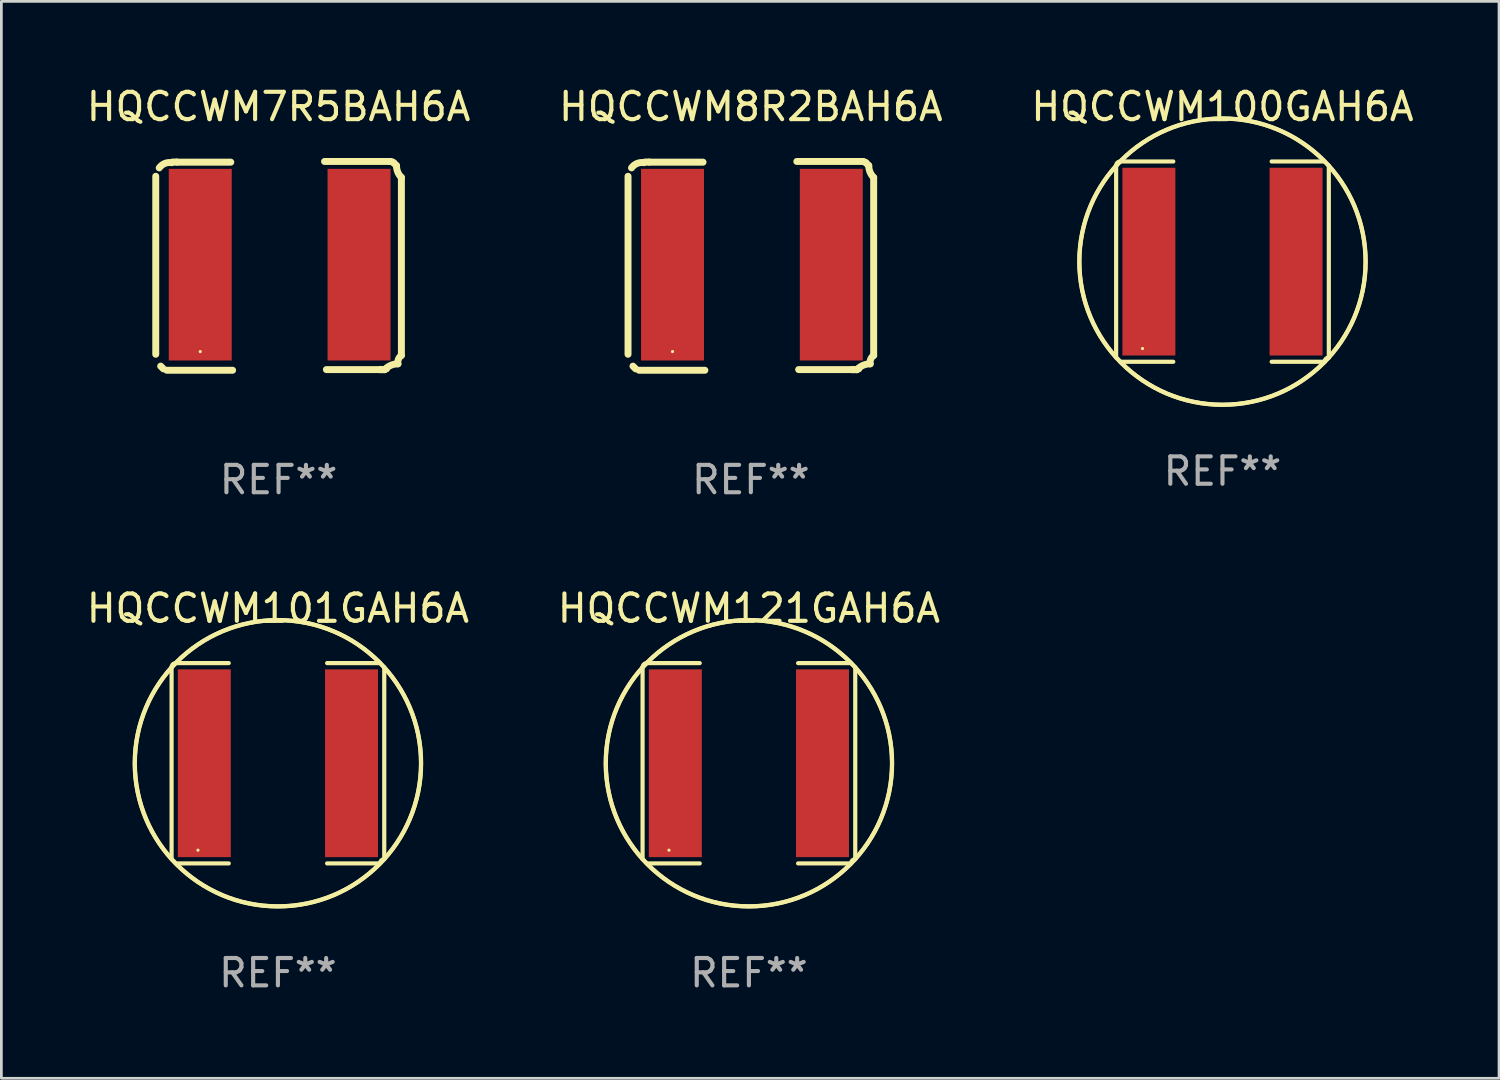
<source format=kicad_pcb>
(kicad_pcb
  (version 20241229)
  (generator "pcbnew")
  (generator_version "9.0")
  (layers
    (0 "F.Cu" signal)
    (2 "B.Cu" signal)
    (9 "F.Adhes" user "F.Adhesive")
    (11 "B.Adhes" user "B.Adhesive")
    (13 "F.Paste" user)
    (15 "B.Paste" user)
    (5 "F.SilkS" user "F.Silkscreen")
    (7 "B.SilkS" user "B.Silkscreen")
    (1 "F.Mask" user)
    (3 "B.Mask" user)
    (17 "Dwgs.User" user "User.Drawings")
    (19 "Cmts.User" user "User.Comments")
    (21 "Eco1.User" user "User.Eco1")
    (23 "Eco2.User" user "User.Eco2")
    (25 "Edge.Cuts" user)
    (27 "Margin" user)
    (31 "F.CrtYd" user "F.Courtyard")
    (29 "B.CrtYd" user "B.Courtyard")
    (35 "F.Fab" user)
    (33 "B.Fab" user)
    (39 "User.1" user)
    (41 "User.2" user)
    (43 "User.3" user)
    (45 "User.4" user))
  (footprint "HQCCWM121GAH6A"
    (layer "F.Cu")
    (at 24.304 24.828)
    (property "Reference" "HQCCWM121GAH6A" (at 0 -5.658 0) (layer "F.SilkS") (effects (font (size 1 1) (thickness 0.15))))
    (attr through_hole)
    (fp_line (start -3.884 -3.505) (end -3.884 3.505) (stroke (width 0.152) (type solid)) (layer "F.SilkS"))
    (fp_line (start -3.731 3.658) (end -1.796 3.658) (stroke (width 0.152) (type solid)) (layer "F.SilkS"))
    (fp_line (start -1.796 -3.658) (end -3.731 -3.658) (stroke (width 0.152) (type solid)) (layer "F.SilkS"))
    (fp_line (start 1.796 -3.658) (end 3.731 -3.658) (stroke (width 0.152) (type solid)) (layer "F.SilkS"))
    (fp_line (start 3.731 3.658) (end 1.796 3.658) (stroke (width 0.152) (type solid)) (layer "F.SilkS"))
    (fp_line (start 3.884 -3.505) (end 3.884 3.505) (stroke (width 0.152) (type solid)) (layer "F.SilkS"))
    (fp_arc (start -3.8836 -3.505199) (mid -3.838963 -3.612963) (end -3.731199 -3.6576) (stroke (width 0.1524) (type solid)) (layer "F.SilkS"))
    (fp_arc (start -3.883599 3.505199) (mid 3.883577 -3.505177) (end -3.883599 3.505199) (stroke (width 0.1524) (type solid)) (layer "F.SilkS"))
    (fp_arc (start 3.731198 3.6576) (mid 3.775835 3.549836) (end 3.883599 3.505199) (stroke (width 0.1524) (type solid)) (layer "F.SilkS"))
    (fp_arc (start 3.731199 -3.6576) (mid -3.731221 3.657622) (end 3.731199 -3.6576) (stroke (width 0.1524) (type solid)) (layer "F.SilkS"))
    (fp_circle (center -2.92 3.175) (end -2.89 3.175) (stroke (width 0.06) (type solid)) (fill no) (layer "F.SilkS"))
    (fp_text user "REF**" (at 0 7.658 0) (layer "F.Fab") (effects (font (size 1 1) (thickness 0.15))))
    (pad "1" smd rect (at -2.688 0) (size 1.935 6.858) (layers "F.Cu" "F.Mask" "F.Paste"))
    (pad "2" smd rect (at 2.688 0) (size 1.935 6.858) (layers "F.Cu" "F.Mask" "F.Paste")))
  (footprint "HQCCWM7R5BAH6A"
    (layer "F.Cu")
    (at 7.125 6.661)
    (property "Reference" "HQCCWM7R5BAH6A" (at 0 -5.813 0) (layer "F.SilkS") (effects (font (size 1 1) (thickness 0.15))))
    (attr through_hole)
    (fp_line (start -4.486 -3.272) (end -4.486 3.229) (stroke (width 0.254) (type solid)) (layer "F.SilkS"))
    (fp_line (start -4.306 3.662) (end -4.207 3.762) (stroke (width 0.254) (type solid)) (layer "F.SilkS"))
    (fp_line (start -4.084 3.813) (end -1.679 3.813) (stroke (width 0.254) (type solid)) (layer "F.SilkS"))
    (fp_line (start -3.867 -3.793) (end -3.71 -3.793) (stroke (width 0.254) (type solid)) (layer "F.SilkS"))
    (fp_line (start -3.722 -3.788) (end -1.746 -3.788) (stroke (width 0.254) (type solid)) (layer "F.SilkS"))
    (fp_line (start 3.722 3.788) (end 1.746 3.788) (stroke (width 0.254) (type solid)) (layer "F.SilkS"))
    (fp_line (start 3.867 3.793) (end 3.71 3.793) (stroke (width 0.254) (type solid)) (layer "F.SilkS"))
    (fp_line (start 4.084 -3.813) (end 1.679 -3.813) (stroke (width 0.254) (type solid)) (layer "F.SilkS"))
    (fp_line (start 4.306 -3.662) (end 4.207 -3.762) (stroke (width 0.254) (type solid)) (layer "F.SilkS"))
    (fp_line (start 4.486 3.272) (end 4.486 -3.229) (stroke (width 0.254) (type solid)) (layer "F.SilkS"))
    (fp_arc (start -4.358992 -3.578563) (mid -4.156557 -3.740265) (end -3.899073 -3.769063) (stroke (width 0.254001) (type solid)) (layer "F.SilkS"))
    (fp_arc (start 3.721856 3.787782) (mid 3.728978 3.782092) (end 3.738037 3.781077) (stroke (width 0.254001) (type solid)) (layer "F.SilkS"))
    (fp_arc (start 3.867373 3.792659) (mid 3.900142 3.766484) (end 3.941821 3.761824) (stroke (width 0.254001) (type solid)) (layer "F.SilkS"))
    (fp_arc (start 3.899073 3.769063) (mid 4.110086 3.628071) (end 4.358992 3.578563) (stroke (width 0.254001) (type solid)) (layer "F.SilkS"))
    (fp_arc (start 4.08396 -3.812852) (mid 4.150327 -3.799647) (end 4.206591 -3.762052) (stroke (width 0.254001) (type solid)) (layer "F.SilkS"))
    (fp_arc (start 4.358992 3.578562) (mid 4.378192 3.406911) (end 4.485992 3.271959) (stroke (width 0.254001) (type solid)) (layer "F.SilkS"))
    (fp_arc (start 4.485992 -3.228651) (mid 4.353065 -3.42759) (end 4.306388 -3.662255) (stroke (width 0.254001) (type solid)) (layer "F.SilkS"))
    (fp_circle (center -2.861 3.131) (end -2.831 3.131) (stroke (width 0.06) (type solid)) (fill no) (layer "F.SilkS"))
    (fp_text user "REF**" (at 0 7.813 0) (layer "F.Fab") (effects (font (size 1 1) (thickness 0.15))))
    (pad "1" smd rect (at -2.861 -0.044) (size 2.3 7) (layers "F.Cu" "F.Mask" "F.Paste"))
    (pad "2" smd rect (at 2.939 -0.044) (size 2.3 7) (layers "F.Cu" "F.Mask" "F.Paste")))
  (footprint "HQCCWM101GAH6A"
    (layer "F.Cu")
    (at 7.101 24.828)
    (property "Reference" "HQCCWM101GAH6A" (at 0 -5.658 0) (layer "F.SilkS") (effects (font (size 1 1) (thickness 0.15))))
    (attr through_hole)
    (fp_line (start -3.884 -3.505) (end -3.884 3.505) (stroke (width 0.152) (type solid)) (layer "F.SilkS"))
    (fp_line (start -3.731 3.658) (end -1.796 3.658) (stroke (width 0.152) (type solid)) (layer "F.SilkS"))
    (fp_line (start -1.796 -3.658) (end -3.731 -3.658) (stroke (width 0.152) (type solid)) (layer "F.SilkS"))
    (fp_line (start 1.796 -3.658) (end 3.731 -3.658) (stroke (width 0.152) (type solid)) (layer "F.SilkS"))
    (fp_line (start 3.731 3.658) (end 1.796 3.658) (stroke (width 0.152) (type solid)) (layer "F.SilkS"))
    (fp_line (start 3.884 -3.505) (end 3.884 3.505) (stroke (width 0.152) (type solid)) (layer "F.SilkS"))
    (fp_arc (start -3.8836 -3.505199) (mid -3.838963 -3.612963) (end -3.731199 -3.6576) (stroke (width 0.1524) (type solid)) (layer "F.SilkS"))
    (fp_arc (start -3.883599 3.505199) (mid 3.883577 -3.505177) (end -3.883599 3.505199) (stroke (width 0.1524) (type solid)) (layer "F.SilkS"))
    (fp_arc (start 3.731198 3.6576) (mid 3.775835 3.549836) (end 3.883599 3.505199) (stroke (width 0.1524) (type solid)) (layer "F.SilkS"))
    (fp_arc (start 3.731199 -3.6576) (mid -3.731221 3.657622) (end 3.731199 -3.6576) (stroke (width 0.1524) (type solid)) (layer "F.SilkS"))
    (fp_circle (center -2.92 3.175) (end -2.89 3.175) (stroke (width 0.06) (type solid)) (fill no) (layer "F.SilkS"))
    (fp_text user "REF**" (at 0 7.658 0) (layer "F.Fab") (effects (font (size 1 1) (thickness 0.15))))
    (pad "1" smd rect (at -2.688 0) (size 1.935 6.858) (layers "F.Cu" "F.Mask" "F.Paste"))
    (pad "2" smd rect (at 2.688 0) (size 1.935 6.858) (layers "F.Cu" "F.Mask" "F.Paste")))
  (footprint "HQCCWM100GAH6A"
    (layer "F.Cu")
    (at 41.601 6.506)
    (property "Reference" "HQCCWM100GAH6A" (at 0 -5.658 0) (layer "F.SilkS") (effects (font (size 1 1) (thickness 0.15))))
    (attr through_hole)
    (fp_line (start -3.884 -3.505) (end -3.884 3.505) (stroke (width 0.152) (type solid)) (layer "F.SilkS"))
    (fp_line (start -3.731 3.658) (end -1.796 3.658) (stroke (width 0.152) (type solid)) (layer "F.SilkS"))
    (fp_line (start -1.796 -3.658) (end -3.731 -3.658) (stroke (width 0.152) (type solid)) (layer "F.SilkS"))
    (fp_line (start 1.796 -3.658) (end 3.731 -3.658) (stroke (width 0.152) (type solid)) (layer "F.SilkS"))
    (fp_line (start 3.731 3.658) (end 1.796 3.658) (stroke (width 0.152) (type solid)) (layer "F.SilkS"))
    (fp_line (start 3.884 -3.505) (end 3.884 3.505) (stroke (width 0.152) (type solid)) (layer "F.SilkS"))
    (fp_arc (start -3.8836 -3.505199) (mid -3.838963 -3.612963) (end -3.731199 -3.6576) (stroke (width 0.1524) (type solid)) (layer "F.SilkS"))
    (fp_arc (start -3.883599 3.505199) (mid 3.883577 -3.505177) (end -3.883599 3.505199) (stroke (width 0.1524) (type solid)) (layer "F.SilkS"))
    (fp_arc (start 3.731198 3.6576) (mid 3.775835 3.549836) (end 3.883599 3.505199) (stroke (width 0.1524) (type solid)) (layer "F.SilkS"))
    (fp_arc (start 3.731199 -3.6576) (mid -3.731221 3.657622) (end 3.731199 -3.6576) (stroke (width 0.1524) (type solid)) (layer "F.SilkS"))
    (fp_circle (center -2.92 3.175) (end -2.89 3.175) (stroke (width 0.06) (type solid)) (fill no) (layer "F.SilkS"))
    (fp_text user "REF**" (at 0 7.658 0) (layer "F.Fab") (effects (font (size 1 1) (thickness 0.15))))
    (pad "1" smd rect (at -2.688 0) (size 1.935 6.858) (layers "F.Cu" "F.Mask" "F.Paste"))
    (pad "2" smd rect (at 2.688 0) (size 1.935 6.858) (layers "F.Cu" "F.Mask" "F.Paste")))
  (footprint "HQCCWM8R2BAH6A"
    (layer "F.Cu")
    (at 24.375 6.661)
    (property "Reference" "HQCCWM8R2BAH6A" (at 0 -5.813 0) (layer "F.SilkS") (effects (font (size 1 1) (thickness 0.15))))
    (attr through_hole)
    (fp_line (start -4.486 -3.272) (end -4.486 3.229) (stroke (width 0.254) (type solid)) (layer "F.SilkS"))
    (fp_line (start -4.306 3.662) (end -4.207 3.762) (stroke (width 0.254) (type solid)) (layer "F.SilkS"))
    (fp_line (start -4.084 3.813) (end -1.679 3.813) (stroke (width 0.254) (type solid)) (layer "F.SilkS"))
    (fp_line (start -3.867 -3.793) (end -3.71 -3.793) (stroke (width 0.254) (type solid)) (layer "F.SilkS"))
    (fp_line (start -3.722 -3.788) (end -1.746 -3.788) (stroke (width 0.254) (type solid)) (layer "F.SilkS"))
    (fp_line (start 3.722 3.788) (end 1.746 3.788) (stroke (width 0.254) (type solid)) (layer "F.SilkS"))
    (fp_line (start 3.867 3.793) (end 3.71 3.793) (stroke (width 0.254) (type solid)) (layer "F.SilkS"))
    (fp_line (start 4.084 -3.813) (end 1.679 -3.813) (stroke (width 0.254) (type solid)) (layer "F.SilkS"))
    (fp_line (start 4.306 -3.662) (end 4.207 -3.762) (stroke (width 0.254) (type solid)) (layer "F.SilkS"))
    (fp_line (start 4.486 3.272) (end 4.486 -3.229) (stroke (width 0.254) (type solid)) (layer "F.SilkS"))
    (fp_arc (start -4.358992 -3.578563) (mid -4.156557 -3.740265) (end -3.899073 -3.769063) (stroke (width 0.254001) (type solid)) (layer "F.SilkS"))
    (fp_arc (start 3.721856 3.787782) (mid 3.728978 3.782092) (end 3.738037 3.781077) (stroke (width 0.254001) (type solid)) (layer "F.SilkS"))
    (fp_arc (start 3.867373 3.792659) (mid 3.900142 3.766484) (end 3.941821 3.761824) (stroke (width 0.254001) (type solid)) (layer "F.SilkS"))
    (fp_arc (start 3.899073 3.769063) (mid 4.110086 3.628071) (end 4.358992 3.578563) (stroke (width 0.254001) (type solid)) (layer "F.SilkS"))
    (fp_arc (start 4.08396 -3.812852) (mid 4.150327 -3.799647) (end 4.206591 -3.762052) (stroke (width 0.254001) (type solid)) (layer "F.SilkS"))
    (fp_arc (start 4.358992 3.578562) (mid 4.378192 3.406911) (end 4.485992 3.271959) (stroke (width 0.254001) (type solid)) (layer "F.SilkS"))
    (fp_arc (start 4.485992 -3.228651) (mid 4.353065 -3.42759) (end 4.306388 -3.662255) (stroke (width 0.254001) (type solid)) (layer "F.SilkS"))
    (fp_circle (center -2.861 3.131) (end -2.831 3.131) (stroke (width 0.06) (type solid)) (fill no) (layer "F.SilkS"))
    (fp_text user "REF**" (at 0 7.813 0) (layer "F.Fab") (effects (font (size 1 1) (thickness 0.15))))
    (pad "1" smd rect (at -2.861 -0.044) (size 2.3 7) (layers "F.Cu" "F.Mask" "F.Paste"))
    (pad "2" smd rect (at 2.939 -0.044) (size 2.3 7) (layers "F.Cu" "F.Mask" "F.Paste")))
  (gr_rect
    (start -3 -3)
    (end 51.702 36.334)
    (stroke (width 0.1) (type default))
    (fill no)
    (layer "Edge.Cuts")))
</source>
